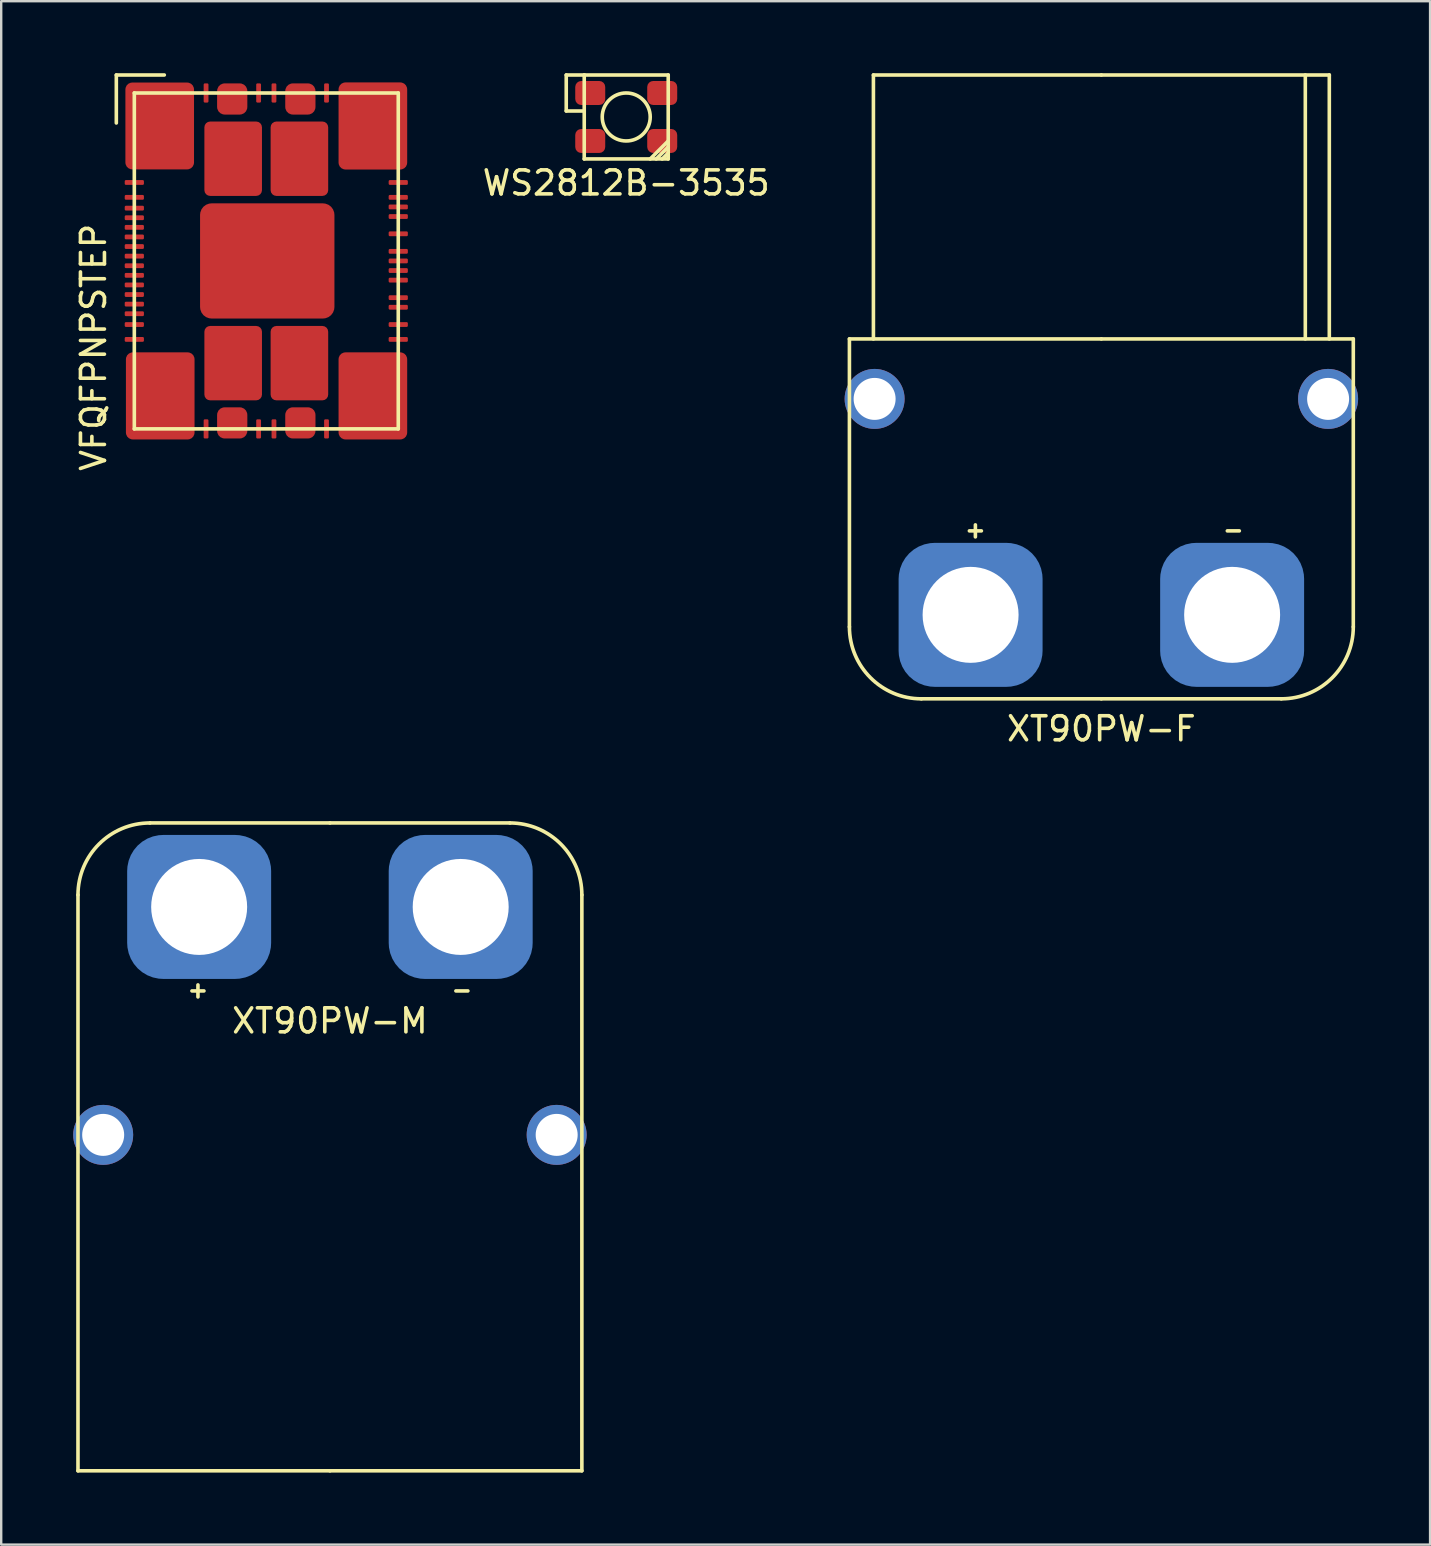
<source format=kicad_pcb>
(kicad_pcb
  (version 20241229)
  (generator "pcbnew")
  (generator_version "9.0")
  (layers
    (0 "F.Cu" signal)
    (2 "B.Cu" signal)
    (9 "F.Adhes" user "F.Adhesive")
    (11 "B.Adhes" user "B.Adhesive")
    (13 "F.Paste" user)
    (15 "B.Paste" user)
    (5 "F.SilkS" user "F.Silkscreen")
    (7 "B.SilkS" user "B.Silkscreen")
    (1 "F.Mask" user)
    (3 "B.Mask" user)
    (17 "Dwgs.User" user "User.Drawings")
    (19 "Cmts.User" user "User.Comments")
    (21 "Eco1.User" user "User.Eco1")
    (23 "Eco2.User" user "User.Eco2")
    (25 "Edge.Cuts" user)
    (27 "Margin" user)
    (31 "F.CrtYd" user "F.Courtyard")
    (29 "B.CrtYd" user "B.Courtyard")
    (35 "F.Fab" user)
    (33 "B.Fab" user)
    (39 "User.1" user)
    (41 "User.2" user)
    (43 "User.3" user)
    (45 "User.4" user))
  (footprint "XT90PW-F"
    (layer "F.Cu")
    (at 42.851 22.575)
    (property "Reference" "XT90PW-F" (at 0 4.75 0) (layer "F.SilkS") (effects (font (size 1 1) (thickness 0.15))))
    (attr through_hole)
    (fp_line (start -10.5 0.5) (end -10.5 -11.5) (stroke (width 0.15) (type solid)) (layer "F.SilkS"))
    (fp_line (start -9.5 -11.5) (end -9.5 -22.5) (stroke (width 0.15) (type solid)) (layer "F.SilkS"))
    (fp_line (start -7.5 3.5) (end 0 3.5) (stroke (width 0.15) (type solid)) (layer "F.SilkS"))
    (fp_line (start -5.5 -3.5) (end -5 -3.5) (stroke (width 0.15) (type solid)) (layer "F.SilkS"))
    (fp_line (start -5.25 -3.75) (end -5.25 -3.25) (stroke (width 0.15) (type solid)) (layer "F.SilkS"))
    (fp_line (start 0 -22.5) (end -9.5 -22.5) (stroke (width 0.15) (type solid)) (layer "F.SilkS"))
    (fp_line (start 0 -11.5) (end -10.5 -11.5) (stroke (width 0.15) (type solid)) (layer "F.SilkS"))
    (fp_line (start 0 3.5) (end 7.5 3.5) (stroke (width 0.15) (type solid)) (layer "F.SilkS"))
    (fp_line (start 5.25 -3.5) (end 5.75 -3.5) (stroke (width 0.15) (type solid)) (layer "F.SilkS"))
    (fp_line (start 8.5 -11.5) (end 8.5 -22.5) (stroke (width 0.15) (type solid)) (layer "F.SilkS"))
    (fp_line (start 9.5 -22.5) (end 0 -22.5) (stroke (width 0.15) (type solid)) (layer "F.SilkS"))
    (fp_line (start 9.5 -11.5) (end 9.5 -22.5) (stroke (width 0.15) (type solid)) (layer "F.SilkS"))
    (fp_line (start 10.5 -11.5) (end 0 -11.5) (stroke (width 0.15) (type solid)) (layer "F.SilkS"))
    (fp_line (start 10.5 0.5) (end 10.5 -11.5) (stroke (width 0.15) (type solid)) (layer "F.SilkS"))
    (fp_arc (start -7.5 3.5) (mid -9.62132 2.62132) (end -10.5 0.5) (stroke (width 0.15) (type solid)) (layer "F.SilkS"))
    (fp_arc (start 10.5 0.5) (mid 9.62132 2.62132) (end 7.5 3.5) (stroke (width 0.15) (type solid)) (layer "F.SilkS"))
    (pad "" thru_hole circle (at -9.45 -9) (size 2.5 2.5) (drill 1.75) (layers "*.Cu" "*.Mask"))
    (pad "" thru_hole circle (at 9.45 -9) (size 2.5 2.5) (drill 1.75) (layers "*.Cu" "*.Mask"))
    (pad "1" thru_hole circle (at -5.45 0) (size 5 5) (drill 4) (layers "*.Cu" "*.Mask"))
    (pad "1" smd roundrect (at -5.45 0) (size 6 6) (layers "B.Cu" "B.Mask") (roundrect_rratio 0.25))
    (pad "2" thru_hole circle (at 5.45 0) (size 5 5) (drill 4) (layers "*.Cu" "*.Mask"))
    (pad "2" smd roundrect (at 5.45 0) (size 6 6) (layers "B.Cu" "B.Mask") (roundrect_rratio 0.25)))
  (footprint "XT90PW-M"
    (layer "F.Cu")
    (at 10.7 34.748)
    (property "Reference" "XT90PW-M" (at 0 4.75 0) (layer "F.SilkS") (effects (font (size 1 1) (thickness 0.15))))
    (attr through_hole)
    (fp_line (start -10.5 -0.5) (end -10.5 23.5) (stroke (width 0.15) (type solid)) (layer "F.SilkS"))
    (fp_line (start -10.5 23.5) (end 0 23.5) (stroke (width 0.15) (type solid)) (layer "F.SilkS"))
    (fp_line (start -5.75 3.5) (end -5.25 3.5) (stroke (width 0.15) (type solid)) (layer "F.SilkS"))
    (fp_line (start -5.5 3.25) (end -5.5 3.75) (stroke (width 0.15) (type solid)) (layer "F.SilkS"))
    (fp_line (start 0 -3.5) (end -7.5 -3.5) (stroke (width 0.15) (type solid)) (layer "F.SilkS"))
    (fp_line (start 0 23.5) (end 10.5 23.5) (stroke (width 0.15) (type solid)) (layer "F.SilkS"))
    (fp_line (start 5.25 3.5) (end 5.75 3.5) (stroke (width 0.15) (type solid)) (layer "F.SilkS"))
    (fp_line (start 7.5 -3.5) (end 0 -3.5) (stroke (width 0.15) (type solid)) (layer "F.SilkS"))
    (fp_line (start 10.5 -0.5) (end 10.5 23.5) (stroke (width 0.15) (type solid)) (layer "F.SilkS"))
    (fp_arc (start -10.5 -0.5) (mid -9.62132 -2.62132) (end -7.5 -3.5) (stroke (width 0.15) (type solid)) (layer "F.SilkS"))
    (fp_arc (start 7.5 -3.5) (mid 9.62132 -2.62132) (end 10.5 -0.5) (stroke (width 0.15) (type solid)) (layer "F.SilkS"))
    (pad "" thru_hole circle (at -9.45 9.5) (size 2.5 2.5) (drill 1.75) (layers "*.Cu" "*.Mask"))
    (pad "" thru_hole circle (at 9.45 9.5) (size 2.5 2.5) (drill 1.75) (layers "*.Cu" "*.Mask"))
    (pad "1" thru_hole circle (at -5.45 0) (size 5 5) (drill 4) (layers "*.Cu" "*.Mask"))
    (pad "1" smd roundrect (at -5.45 0) (size 6 6) (layers "B.Cu" "B.Mask") (roundrect_rratio 0.25))
    (pad "2" thru_hole circle (at 5.45 0) (size 5 5) (drill 4) (layers "*.Cu" "*.Mask"))
    (pad "2" smd roundrect (at 5.45 0) (size 6 6) (layers "B.Cu" "B.Mask") (roundrect_rratio 0.25)))
  (footprint "VFQFPNPSTEP"
    (layer "F.Cu")
    (at 8.048 7.825)
    (property "Reference" "VFQFPNPSTEP" (at -7.2 3.6 90) (layer "F.SilkS") (effects (font (size 1 1) (thickness 0.15))))
    (attr smd)
    (fp_line (start -6.25 -7.75) (end -4.25 -7.75) (stroke (width 0.15) (type solid)) (layer "F.SilkS"))
    (fp_line (start -6.25 -5.75) (end -6.25 -7.75) (stroke (width 0.15) (type solid)) (layer "F.SilkS"))
    (fp_line (start -5.5 -7) (end -5.5 7) (stroke (width 0.15) (type solid)) (layer "F.SilkS"))
    (fp_line (start -5.5 7) (end 5.5 7) (stroke (width 0.15) (type solid)) (layer "F.SilkS"))
    (fp_line (start 5.5 -7) (end -5.5 -7) (stroke (width 0.15) (type solid)) (layer "F.SilkS"))
    (fp_line (start 5.5 7) (end 5.5 -7) (stroke (width 0.15) (type solid)) (layer "F.SilkS"))
    (pad "1" smd roundrect (at -4.442 -5.625) (size 2.86 3.62) (layers "F.Cu" "F.Mask" "F.Paste") (roundrect_rratio 0.1))
    (pad "1" smd roundrect (at -4.42 5.625) (size 2.86 3.63) (layers "F.Cu" "F.Mask" "F.Paste") (roundrect_rratio 0.1))
    (pad "1" smd roundrect (at 4.442 -5.625) (size 2.86 3.63) (layers "F.Cu" "F.Mask" "F.Paste") (roundrect_rratio 0.1))
    (pad "1" smd roundrect (at 4.442 5.625) (size 2.86 3.63) (layers "F.Cu" "F.Mask" "F.Paste") (roundrect_rratio 0.1))
    (pad "7" smd roundrect (at -5.5 -3.27 90) (size 0.2 0.8) (layers "F.Cu" "F.Mask" "F.Paste") (roundrect_rratio 0.25))
    (pad "7" smd roundrect (at -2.51 -7) (size 0.2 0.8) (layers "F.Cu" "F.Mask" "F.Paste") (roundrect_rratio 0.25))
    (pad "7" smd roundrect (at -1.38 -4.26) (size 2.4 3.1) (layers "F.Cu" "F.Mask" "F.Paste") (roundrect_rratio 0.1))
    (pad "7" smd roundrect (at -0.32 -7) (size 0.2 0.8) (layers "F.Cu" "F.Mask" "F.Paste") (roundrect_rratio 0.25))
    (pad "8" smd roundrect (at -5.5 -2.65 90) (size 0.2 0.8) (layers "F.Cu" "F.Mask" "F.Paste") (roundrect_rratio 0.25))
    (pad "8" smd roundrect (at -5.5 2.65 90) (size 0.2 0.8) (layers "F.Cu" "F.Mask" "F.Paste") (roundrect_rratio 0.25))
    (pad "8" smd roundrect (at 0.04 0) (size 5.6 4.8) (layers "F.Cu" "F.Mask" "F.Paste") (roundrect_rratio 0.1))
    (pad "8" smd roundrect (at 5.5 0 90) (size 0.2 0.8) (layers "F.Cu" "F.Mask" "F.Paste") (roundrect_rratio 0.25))
    (pad "9" smd roundrect (at -5.5 -2.2 90) (size 0.2 0.8) (layers "F.Cu" "F.Mask" "F.Paste") (roundrect_rratio 0.25))
    (pad "10" smd roundrect (at -5.5 -1.8 90) (size 0.2 0.8) (layers "F.Cu" "F.Mask" "F.Paste") (roundrect_rratio 0.25))
    (pad "11" smd roundrect (at -5.5 -1.4 90) (size 0.2 0.8) (layers "F.Cu" "F.Mask" "F.Paste") (roundrect_rratio 0.25))
    (pad "12" smd roundrect (at -5.5 -1 90) (size 0.2 0.8) (layers "F.Cu" "F.Mask" "F.Paste") (roundrect_rratio 0.25))
    (pad "13" smd roundrect (at -5.5 -0.6 90) (size 0.2 0.8) (layers "F.Cu" "F.Mask" "F.Paste") (roundrect_rratio 0.25))
    (pad "14" smd roundrect (at -5.5 -0.2 90) (size 0.2 0.8) (layers "F.Cu" "F.Mask" "F.Paste") (roundrect_rratio 0.25))
    (pad "15" smd roundrect (at -5.5 0.2 90) (size 0.2 0.8) (layers "F.Cu" "F.Mask" "F.Paste") (roundrect_rratio 0.25))
    (pad "16" smd roundrect (at -5.5 0.6 90) (size 0.2 0.8) (layers "F.Cu" "F.Mask" "F.Paste") (roundrect_rratio 0.25))
    (pad "17" smd roundrect (at -5.5 1 90) (size 0.2 0.8) (layers "F.Cu" "F.Mask" "F.Paste") (roundrect_rratio 0.25))
    (pad "18" smd roundrect (at -5.5 1.4 90) (size 0.2 0.8) (layers "F.Cu" "F.Mask" "F.Paste") (roundrect_rratio 0.25))
    (pad "19" smd roundrect (at -5.5 1.8 90) (size 0.2 0.8) (layers "F.Cu" "F.Mask" "F.Paste") (roundrect_rratio 0.25))
    (pad "20" smd roundrect (at -5.5 2.2 90) (size 0.2 0.8) (layers "F.Cu" "F.Mask" "F.Paste") (roundrect_rratio 0.25))
    (pad "22" smd roundrect (at -5.5 3.27 90) (size 0.2 0.8) (layers "F.Cu" "F.Mask" "F.Paste") (roundrect_rratio 0.25))
    (pad "22" smd roundrect (at -2.51 7) (size 0.2 0.8) (layers "F.Cu" "F.Mask" "F.Paste") (roundrect_rratio 0.25))
    (pad "22" smd roundrect (at -1.38 4.26) (size 2.4 3.1) (layers "F.Cu" "F.Mask" "F.Paste") (roundrect_rratio 0.1))
    (pad "22" smd roundrect (at -0.32 7) (size 0.2 0.8) (layers "F.Cu" "F.Mask" "F.Paste") (roundrect_rratio 0.25))
    (pad "34" smd roundrect (at -1.42 6.75) (size 1.26 1.3) (layers "F.Cu" "F.Mask" "F.Paste") (roundrect_rratio 0.25))
    (pad "34" smd roundrect (at 1.42 6.75) (size 1.26 1.3) (layers "F.Cu" "F.Mask" "F.Paste") (roundrect_rratio 0.25))
    (pad "38" smd roundrect (at 0.32 7) (size 0.2 0.8) (layers "F.Cu" "F.Mask" "F.Paste") (roundrect_rratio 0.25))
    (pad "38" smd roundrect (at 1.38 4.26) (size 2.4 3.1) (layers "F.Cu" "F.Mask" "F.Paste") (roundrect_rratio 0.1))
    (pad "38" smd roundrect (at 2.51 7) (size 0.2 0.8) (layers "F.Cu" "F.Mask" "F.Paste") (roundrect_rratio 0.25))
    (pad "38" smd roundrect (at 5.5 3.27 90) (size 0.2 0.8) (layers "F.Cu" "F.Mask" "F.Paste") (roundrect_rratio 0.25))
    (pad "54" smd roundrect (at 5.5 2.65 90) (size 0.2 0.8) (layers "F.Cu" "F.Mask" "F.Paste") (roundrect_rratio 0.25))
    (pad "55" smd roundrect (at 5.5 1.93 90) (size 0.2 0.8) (layers "F.Cu" "F.Mask" "F.Paste") (roundrect_rratio 0.25))
    (pad "56" smd roundrect (at 5.5 1.53 90) (size 0.2 0.8) (layers "F.Cu" "F.Mask" "F.Paste") (roundrect_rratio 0.25))
    (pad "57" smd roundrect (at 5.5 0.8 90) (size 0.2 0.8) (layers "F.Cu" "F.Mask" "F.Paste") (roundrect_rratio 0.25))
    (pad "58" smd roundrect (at 5.5 0.4 90) (size 0.2 0.8) (layers "F.Cu" "F.Mask" "F.Paste") (roundrect_rratio 0.25))
    (pad "60" smd roundrect (at 5.5 -0.4 90) (size 0.2 0.8) (layers "F.Cu" "F.Mask" "F.Paste") (roundrect_rratio 0.25))
    (pad "61" smd roundrect (at 5.5 -1.13 90) (size 0.2 0.8) (layers "F.Cu" "F.Mask" "F.Paste") (roundrect_rratio 0.25))
    (pad "62" smd roundrect (at 5.5 -1.85 90) (size 0.2 0.8) (layers "F.Cu" "F.Mask" "F.Paste") (roundrect_rratio 0.25))
    (pad "63" smd roundrect (at 5.5 -2.25 90) (size 0.2 0.8) (layers "F.Cu" "F.Mask" "F.Paste") (roundrect_rratio 0.25))
    (pad "64" smd roundrect (at 5.5 -2.65 90) (size 0.2 0.8) (layers "F.Cu" "F.Mask" "F.Paste") (roundrect_rratio 0.25))
    (pad "65" smd roundrect (at 0.32 -7) (size 0.2 0.8) (layers "F.Cu" "F.Mask" "F.Paste") (roundrect_rratio 0.25))
    (pad "65" smd roundrect (at 1.38 -4.26) (size 2.4 3.1) (layers "F.Cu" "F.Mask" "F.Paste") (roundrect_rratio 0.1))
    (pad "65" smd roundrect (at 2.51 -7) (size 0.2 0.8) (layers "F.Cu" "F.Mask" "F.Paste") (roundrect_rratio 0.25))
    (pad "65" smd roundrect (at 5.5 -3.27 90) (size 0.2 0.8) (layers "F.Cu" "F.Mask" "F.Paste") (roundrect_rratio 0.25))
    (pad "77" smd roundrect (at -1.42 -6.75) (size 1.26 1.3) (layers "F.Cu" "F.Mask" "F.Paste") (roundrect_rratio 0.25))
    (pad "77" smd roundrect (at 1.42 -6.75) (size 1.26 1.3) (layers "F.Cu" "F.Mask" "F.Paste") (roundrect_rratio 0.25)))
  (footprint "WS2812B-3535"
    (layer "F.Cu")
    (at 23.049 1.825)
    (property "Reference" "WS2812B-3535" (at 0 2.75 0) (layer "F.SilkS") (effects (font (size 1 1) (thickness 0.15))))
    (attr through_hole)
    (fp_line (start -2.5 -1.75) (end -2.5 -0.25) (stroke (width 0.15) (type solid)) (layer "F.SilkS"))
    (fp_line (start -2.5 -0.25) (end -1.75 -0.25) (stroke (width 0.15) (type solid)) (layer "F.SilkS"))
    (fp_line (start -1.75 -1.75) (end -2.5 -1.75) (stroke (width 0.15) (type solid)) (layer "F.SilkS"))
    (fp_line (start -1.75 -1.75) (end 1.75 -1.75) (stroke (width 0.15) (type solid)) (layer "F.SilkS"))
    (fp_line (start -1.75 1.75) (end -1.75 -1.75) (stroke (width 0.15) (type solid)) (layer "F.SilkS"))
    (fp_line (start 1.75 -1.75) (end 1.75 1.75) (stroke (width 0.15) (type solid)) (layer "F.SilkS"))
    (fp_line (start 1.75 1) (end 1 1.75) (stroke (width 0.15) (type solid)) (layer "F.SilkS"))
    (fp_line (start 1.75 1.25) (end 1.25 1.75) (stroke (width 0.15) (type solid)) (layer "F.SilkS"))
    (fp_line (start 1.75 1.5) (end 1.5 1.75) (stroke (width 0.15) (type solid)) (layer "F.SilkS"))
    (fp_line (start 1.75 1.75) (end -1.75 1.75) (stroke (width 0.15) (type solid)) (layer "F.SilkS"))
    (fp_circle (center 0 0) (end 1 0) (stroke (width 0.15) (type solid)) (fill no) (layer "F.SilkS"))
    (pad "1" smd roundrect (at -1.5 -1) (size 1.25 1) (layers "F.Cu" "F.Mask" "F.Paste") (roundrect_rratio 0.25))
    (pad "2" smd roundrect (at -1.5 1) (size 1.25 1) (layers "F.Cu" "F.Mask" "F.Paste") (roundrect_rratio 0.25))
    (pad "3" smd roundrect (at 1.5 1) (size 1.25 1) (layers "F.Cu" "F.Mask" "F.Paste") (roundrect_rratio 0.25))
    (pad "4" smd roundrect (at 1.5 -1) (size 1.25 1) (layers "F.Cu" "F.Mask" "F.Paste") (roundrect_rratio 0.25)))
  (gr_rect
    (start -3 -3)
    (end 56.551 61.323)
    (stroke (width 0.1) (type default))
    (fill no)
    (layer "Edge.Cuts")))
</source>
